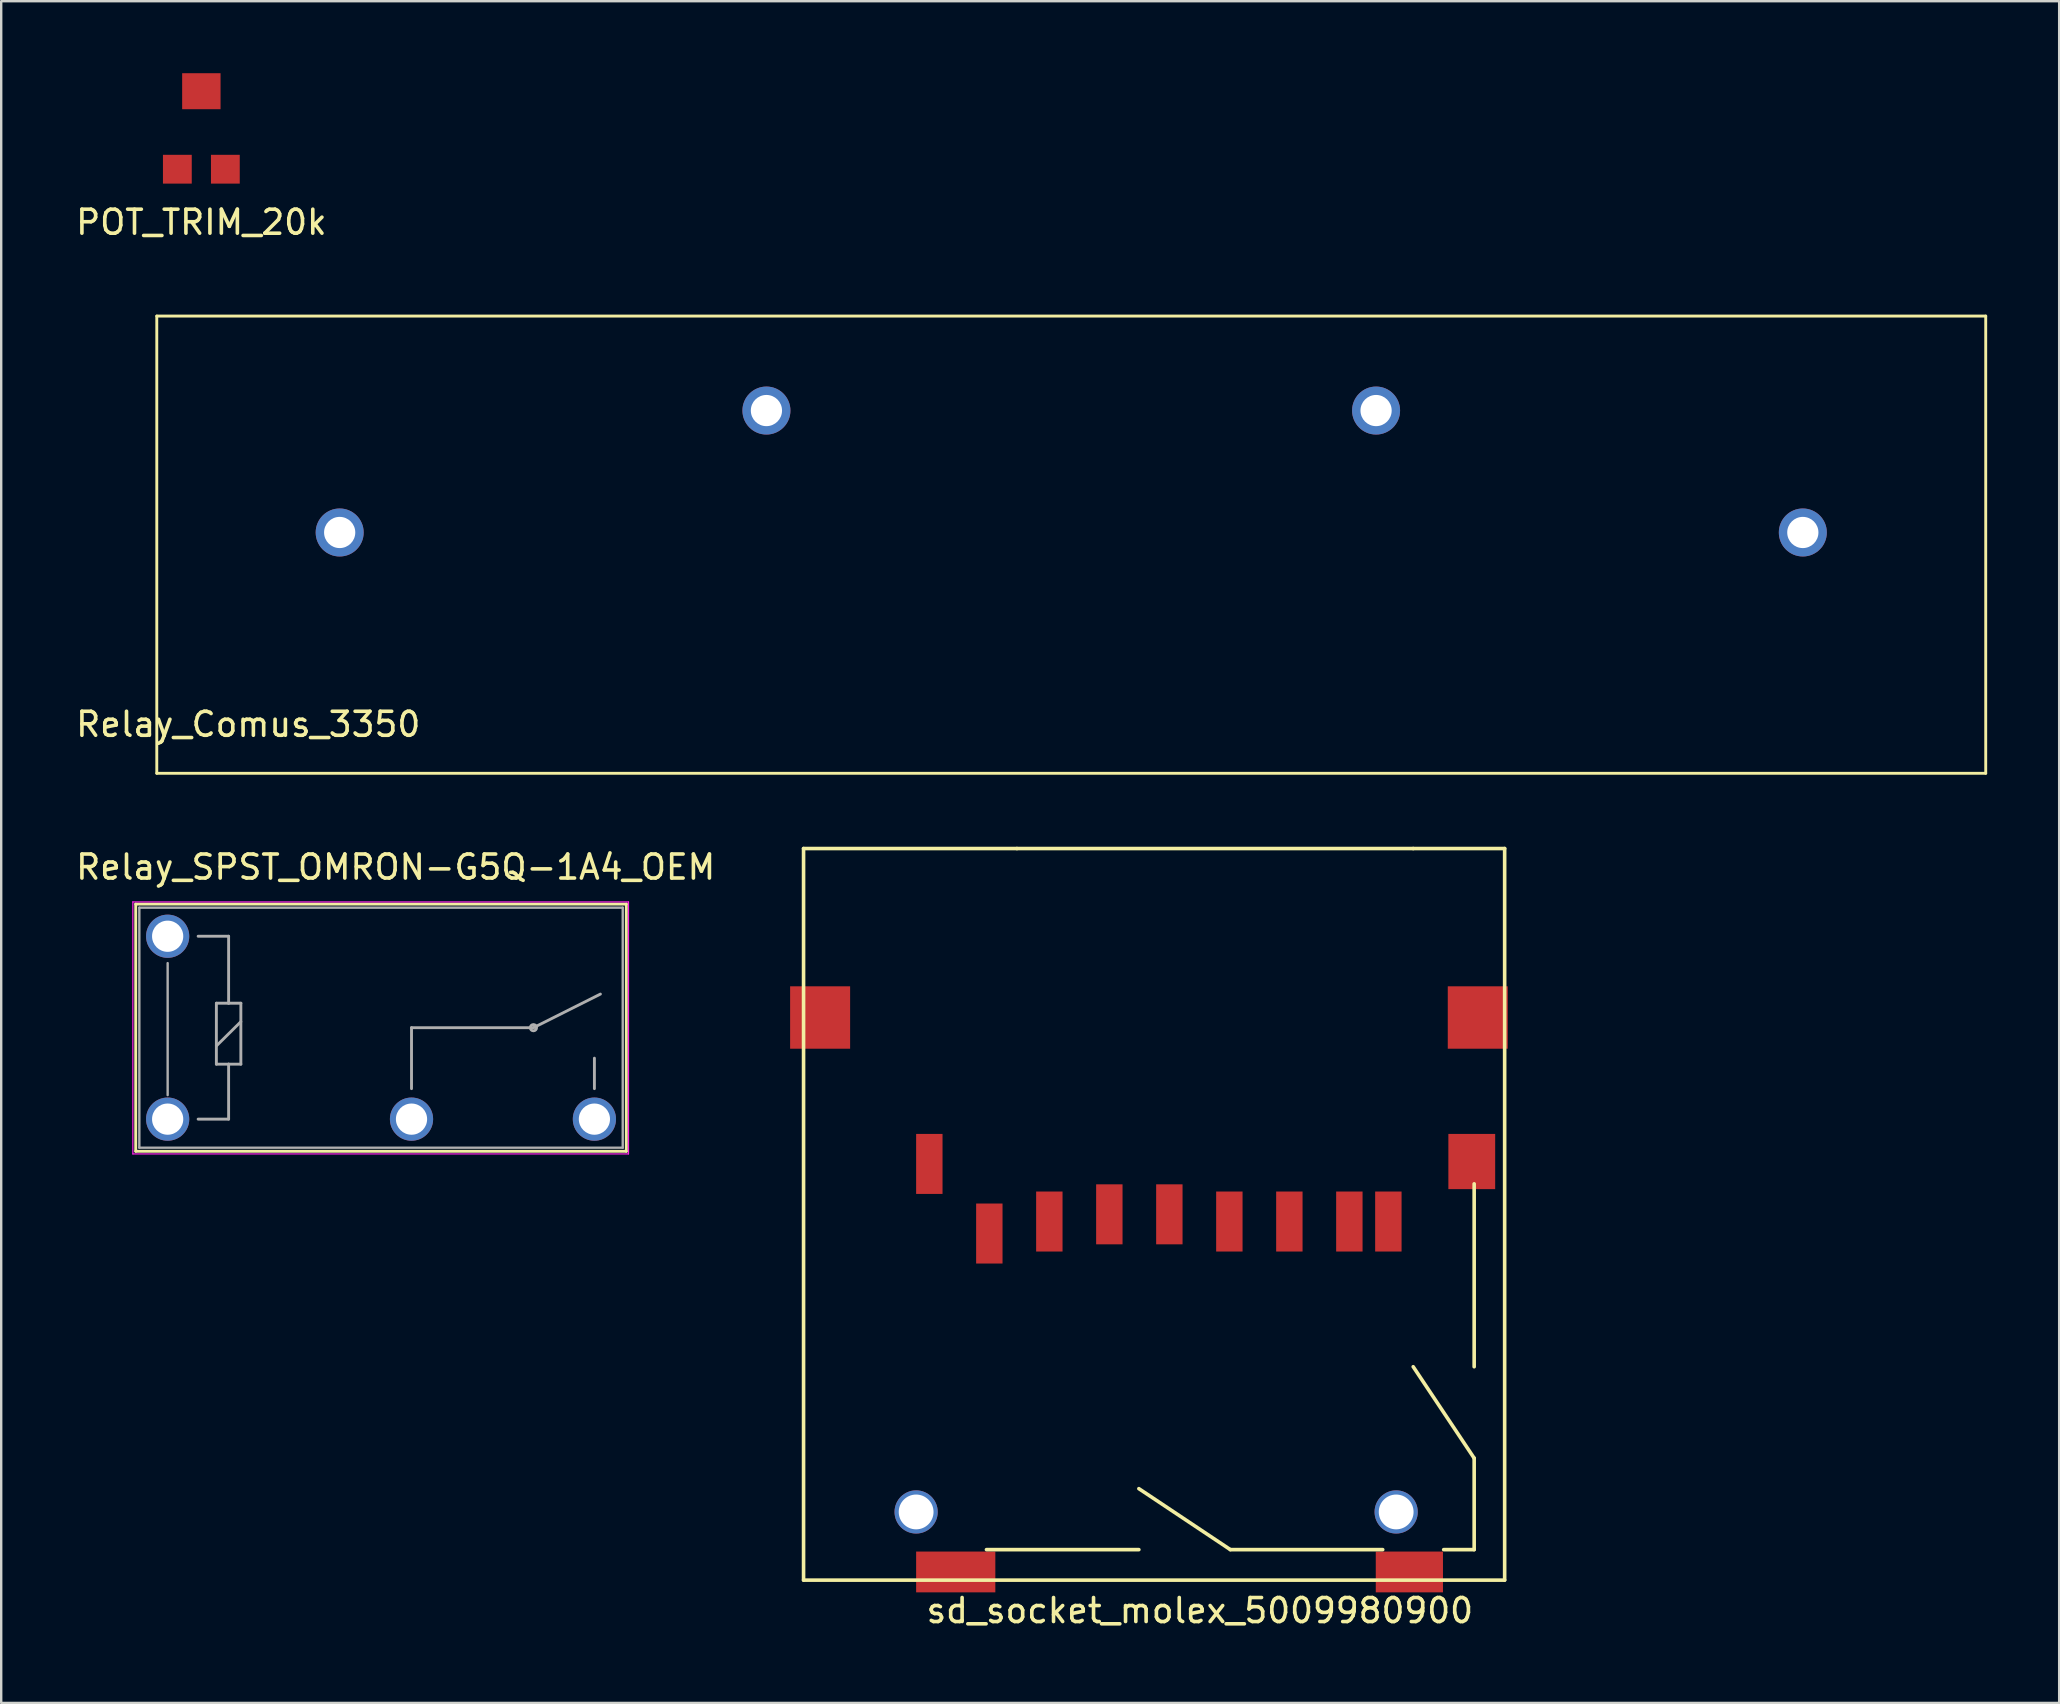
<source format=kicad_pcb>
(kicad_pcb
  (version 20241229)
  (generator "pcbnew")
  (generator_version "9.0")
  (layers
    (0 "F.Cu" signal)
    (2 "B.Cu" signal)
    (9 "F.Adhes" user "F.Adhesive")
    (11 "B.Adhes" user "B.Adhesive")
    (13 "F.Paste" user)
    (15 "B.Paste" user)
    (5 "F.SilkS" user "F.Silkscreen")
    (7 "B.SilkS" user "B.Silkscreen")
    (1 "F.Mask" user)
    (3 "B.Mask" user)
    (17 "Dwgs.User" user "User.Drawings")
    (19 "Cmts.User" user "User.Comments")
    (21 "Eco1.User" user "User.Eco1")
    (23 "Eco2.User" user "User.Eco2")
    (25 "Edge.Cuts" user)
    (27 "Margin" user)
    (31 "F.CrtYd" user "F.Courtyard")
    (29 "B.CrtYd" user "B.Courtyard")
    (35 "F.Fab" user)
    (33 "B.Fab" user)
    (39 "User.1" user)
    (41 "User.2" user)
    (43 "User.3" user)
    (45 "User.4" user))
  (footprint "POT_TRIM_20k"
    (layer "F.Cu")
    (at 5.339 2.4)
    (property "Reference" "POT_TRIM_20k" (at 0 3.81 0) (layer "F.SilkS") (effects (font (size 1 1) (thickness 0.15))))
    (attr through_hole)
    (pad "1" smd rect (at -1 1.6) (size 1.2 1.2) (layers "F.Cu" "F.Mask" "F.Paste"))
    (pad "2" smd rect (at 1 1.6) (size 1.2 1.2) (layers "F.Cu" "F.Mask" "F.Paste"))
    (pad "3" smd rect (at 0 -1.65) (size 1.6 1.5) (layers "F.Cu" "F.Mask" "F.Paste")))
  (footprint "sd_socket_molex_5009980900"
    (layer "F.Cu")
    (at 45.669 47.543)
    (property "Reference" "sd_socket_molex_5009980900" (at 1.27 16.51 0) (layer "F.SilkS") (effects (font (size 1 1) (thickness 0.15))))
    (attr through_hole)
    (fp_line (start -15.24 -15.24) (end -15.24 15.24) (stroke (width 0.15) (type solid)) (layer "F.SilkS"))
    (fp_line (start -15.24 15.24) (end 13.97 15.24) (stroke (width 0.15) (type solid)) (layer "F.SilkS"))
    (fp_line (start -7.62 13.97) (end -1.27 13.97) (stroke (width 0.15) (type solid)) (layer "F.SilkS"))
    (fp_line (start -6.35 -15.24) (end -15.24 -15.24) (stroke (width 0.15) (type solid)) (layer "F.SilkS"))
    (fp_line (start 2.54 13.97) (end -1.27 11.43) (stroke (width 0.15) (type solid)) (layer "F.SilkS"))
    (fp_line (start 8.89 13.97) (end 2.54 13.97) (stroke (width 0.15) (type solid)) (layer "F.SilkS"))
    (fp_line (start 10.16 -15.24) (end -6.35 -15.24) (stroke (width 0.15) (type solid)) (layer "F.SilkS"))
    (fp_line (start 11.43 13.97) (end 12.7 13.97) (stroke (width 0.15) (type solid)) (layer "F.SilkS"))
    (fp_line (start 12.7 -1.27) (end 12.7 6.35) (stroke (width 0.15) (type solid)) (layer "F.SilkS"))
    (fp_line (start 12.7 10.16) (end 10.16 6.35) (stroke (width 0.15) (type solid)) (layer "F.SilkS"))
    (fp_line (start 12.7 13.97) (end 12.7 10.16) (stroke (width 0.15) (type solid)) (layer "F.SilkS"))
    (fp_line (start 13.97 -15.24) (end 10.16 -15.24) (stroke (width 0.15) (type solid)) (layer "F.SilkS"))
    (fp_line (start 13.97 15.24) (end 13.97 -15.24) (stroke (width 0.15) (type solid)) (layer "F.SilkS"))
    (pad "" smd rect (at -14.55 -8.2) (size 2.5 2.6) (layers "F.Cu" "F.Mask" "F.Paste"))
    (pad "" thru_hole circle (at -10.55 12.4) (size 1.8 1.8) (drill 1.45) (layers "*.Cu" "*.Mask"))
    (pad "" thru_hole circle (at 9.45 12.4) (size 1.8 1.8) (drill 1.45) (layers "*.Cu" "*.Mask"))
    (pad "" smd rect (at 12.85 -8.2) (size 2.5 2.6) (layers "F.Cu" "F.Mask" "F.Paste"))
    (pad "1" smd rect (at -7.5 0.8) (size 1.1 2.5) (layers "F.Cu" "F.Mask" "F.Paste"))
    (pad "2" smd rect (at -5 0.3) (size 1.1 2.5) (layers "F.Cu" "F.Mask" "F.Paste"))
    (pad "3" smd rect (at -2.5 0) (size 1.1 2.5) (layers "F.Cu" "F.Mask" "F.Paste"))
    (pad "4" smd rect (at 0 0) (size 1.1 2.5) (layers "F.Cu" "F.Mask" "F.Paste"))
    (pad "5" smd rect (at 2.5 0.3) (size 1.1 2.5) (layers "F.Cu" "F.Mask" "F.Paste"))
    (pad "6" smd rect (at 5 0.3) (size 1.1 2.5) (layers "F.Cu" "F.Mask" "F.Paste"))
    (pad "7" smd rect (at 7.5 0.3) (size 1.1 2.5) (layers "F.Cu" "F.Mask" "F.Paste"))
    (pad "8" smd rect (at 9.125 0.3) (size 1.1 2.5) (layers "F.Cu" "F.Mask" "F.Paste"))
    (pad "9" smd rect (at -10 -2.1) (size 1.1 2.5) (layers "F.Cu" "F.Mask" "F.Paste"))
    (pad "10" smd rect (at 10 14.9) (size 2.8 1.7) (layers "F.Cu" "F.Mask" "F.Paste"))
    (pad "11" smd rect (at 12.6 -2.2) (size 1.95 2.3) (layers "F.Cu" "F.Mask" "F.Paste"))
    (pad "12" smd rect (at -8.9 14.9) (size 3.3 1.7) (layers "F.Cu" "F.Mask" "F.Paste")))
  (footprint "Relay_Comus_3350"
    (layer "F.Cu")
    (at 7.292 26.628)
    (property "Reference" "Relay_Comus_3350" (at 0 0.5 0) (layer "F.SilkS") (effects (font (size 1 1) (thickness 0.15))))
    (attr through_hole)
    (fp_line (start -3.81 -16.51) (end -3.81 2.54) (stroke (width 0.12) (type solid)) (layer "F.SilkS"))
    (fp_line (start -3.81 2.54) (end 72.39 2.54) (stroke (width 0.12) (type solid)) (layer "F.SilkS"))
    (fp_line (start 72.39 -16.51) (end -3.81 -16.51) (stroke (width 0.12) (type solid)) (layer "F.SilkS"))
    (fp_line (start 72.39 2.54) (end 72.39 -16.51) (stroke (width 0.12) (type solid)) (layer "F.SilkS"))
    (pad "1" thru_hole circle (at 64.77 -7.493) (size 2 2) (drill 1.3) (layers "*.Cu" "*.Mask"))
    (pad "2" thru_hole circle (at 46.99 -12.573) (size 2 2) (drill 1.3) (layers "*.Cu" "*.Mask"))
    (pad "3" thru_hole circle (at 21.59 -12.573) (size 2 2) (drill 1.3) (layers "*.Cu" "*.Mask"))
    (pad "4" thru_hole circle (at 3.81 -7.493) (size 2 2) (drill 1.3) (layers "*.Cu" "*.Mask")))
  (footprint "Relay_SPST_OMRON-G5Q-1A4_OEM"
    (layer "F.Cu")
    (at 3.935 43.577)
    (property "Reference" "Relay_SPST_OMRON-G5Q-1A4_OEM" (at 9.5 -10.5 180) (layer "F.SilkS") (effects (font (size 1 1) (thickness 0.15))))
    (attr through_hole)
    (fp_line (start -1.33 -8.96) (end 19.11 -8.96) (stroke (width 0.12) (type solid)) (layer "F.SilkS"))
    (fp_line (start -1.33 1.34) (end -1.33 -8.96) (stroke (width 0.12) (type solid)) (layer "F.SilkS"))
    (fp_line (start -1.33 1.34) (end 19.11 1.34) (stroke (width 0.12) (type solid)) (layer "F.SilkS"))
    (fp_line (start 19.11 1.34) (end 19.11 -8.96) (stroke (width 0.12) (type solid)) (layer "F.SilkS"))
    (fp_line (start -1.45 -9.05) (end 19.2 -9.05) (stroke (width 0.05) (type solid)) (layer "F.CrtYd"))
    (fp_line (start -1.45 1.45) (end -1.45 -9.05) (stroke (width 0.05) (type solid)) (layer "F.CrtYd"))
    (fp_line (start 19.2 -9.05) (end 19.2 1.45) (stroke (width 0.05) (type solid)) (layer "F.CrtYd"))
    (fp_line (start 19.2 1.45) (end -1.45 1.45) (stroke (width 0.05) (type solid)) (layer "F.CrtYd"))
    (fp_line (start -1.18 -8.81) (end 18.96 -8.81) (stroke (width 0.1) (type solid)) (layer "F.Fab"))
    (fp_line (start -1.18 1.19) (end -1.18 -8.81) (stroke (width 0.1) (type solid)) (layer "F.Fab"))
    (fp_line (start 0 -1) (end 0 -6.5) (stroke (width 0.1) (type solid)) (layer "F.Fab"))
    (fp_line (start 1.27 0) (end 2.54 0) (stroke (width 0.12) (type solid)) (layer "F.Fab"))
    (fp_line (start 2.03 -4.83) (end 2.54 -4.83) (stroke (width 0.12) (type solid)) (layer "F.Fab"))
    (fp_line (start 2.03 -3.05) (end 3.05 -4.06) (stroke (width 0.12) (type solid)) (layer "F.Fab"))
    (fp_line (start 2.03 -2.29) (end 2.03 -4.83) (stroke (width 0.12) (type solid)) (layer "F.Fab"))
    (fp_line (start 2.54 -7.62) (end 1.27 -7.62) (stroke (width 0.12) (type solid)) (layer "F.Fab"))
    (fp_line (start 2.54 -4.83) (end 2.54 -7.62) (stroke (width 0.12) (type solid)) (layer "F.Fab"))
    (fp_line (start 2.54 -4.83) (end 3.05 -4.83) (stroke (width 0.12) (type solid)) (layer "F.Fab"))
    (fp_line (start 2.54 -2.29) (end 2.03 -2.29) (stroke (width 0.12) (type solid)) (layer "F.Fab"))
    (fp_line (start 2.54 0) (end 2.54 -2.29) (stroke (width 0.12) (type solid)) (layer "F.Fab"))
    (fp_line (start 3.05 -4.83) (end 3.05 -2.29) (stroke (width 0.12) (type solid)) (layer "F.Fab"))
    (fp_line (start 3.05 -2.29) (end 2.54 -2.29) (stroke (width 0.12) (type solid)) (layer "F.Fab"))
    (fp_line (start 10.16 -3.81) (end 15.24 -3.81) (stroke (width 0.12) (type solid)) (layer "F.Fab"))
    (fp_line (start 10.16 -1.27) (end 10.16 -3.81) (stroke (width 0.12) (type solid)) (layer "F.Fab"))
    (fp_line (start 15.24 -3.81) (end 18.03 -5.21) (stroke (width 0.12) (type solid)) (layer "F.Fab"))
    (fp_line (start 17.78 -1.27) (end 17.78 -2.54) (stroke (width 0.12) (type solid)) (layer "F.Fab"))
    (fp_line (start 18.96 -8.81) (end 18.96 1.19) (stroke (width 0.1) (type solid)) (layer "F.Fab"))
    (fp_line (start 18.96 1.19) (end -1.18 1.19) (stroke (width 0.1) (type solid)) (layer "F.Fab"))
    (fp_circle (center 15.24 -3.81) (end 15.24 -3.68) (stroke (width 0.12) (type solid)) (fill no) (layer "F.Fab"))
    (pad "1" thru_hole circle (at 0 0 180) (size 1.8 1.8) (drill 1.3) (layers "*.Cu" "*.Mask"))
    (pad "2" thru_hole circle (at 10.16 0 180) (size 1.8 1.8) (drill 1.3) (layers "*.Cu" "*.Mask"))
    (pad "3" thru_hole circle (at 17.78 0 180) (size 1.8 1.8) (drill 1.3) (layers "*.Cu" "*.Mask"))
    (pad "5" thru_hole circle (at 0 -7.62 180) (size 1.8 1.8) (drill 1.3) (layers "*.Cu" "*.Mask")))
  (gr_rect
    (start -3 -3)
    (end 82.742 67.901)
    (stroke (width 0.1) (type default))
    (fill no)
    (layer "Edge.Cuts")))
</source>
